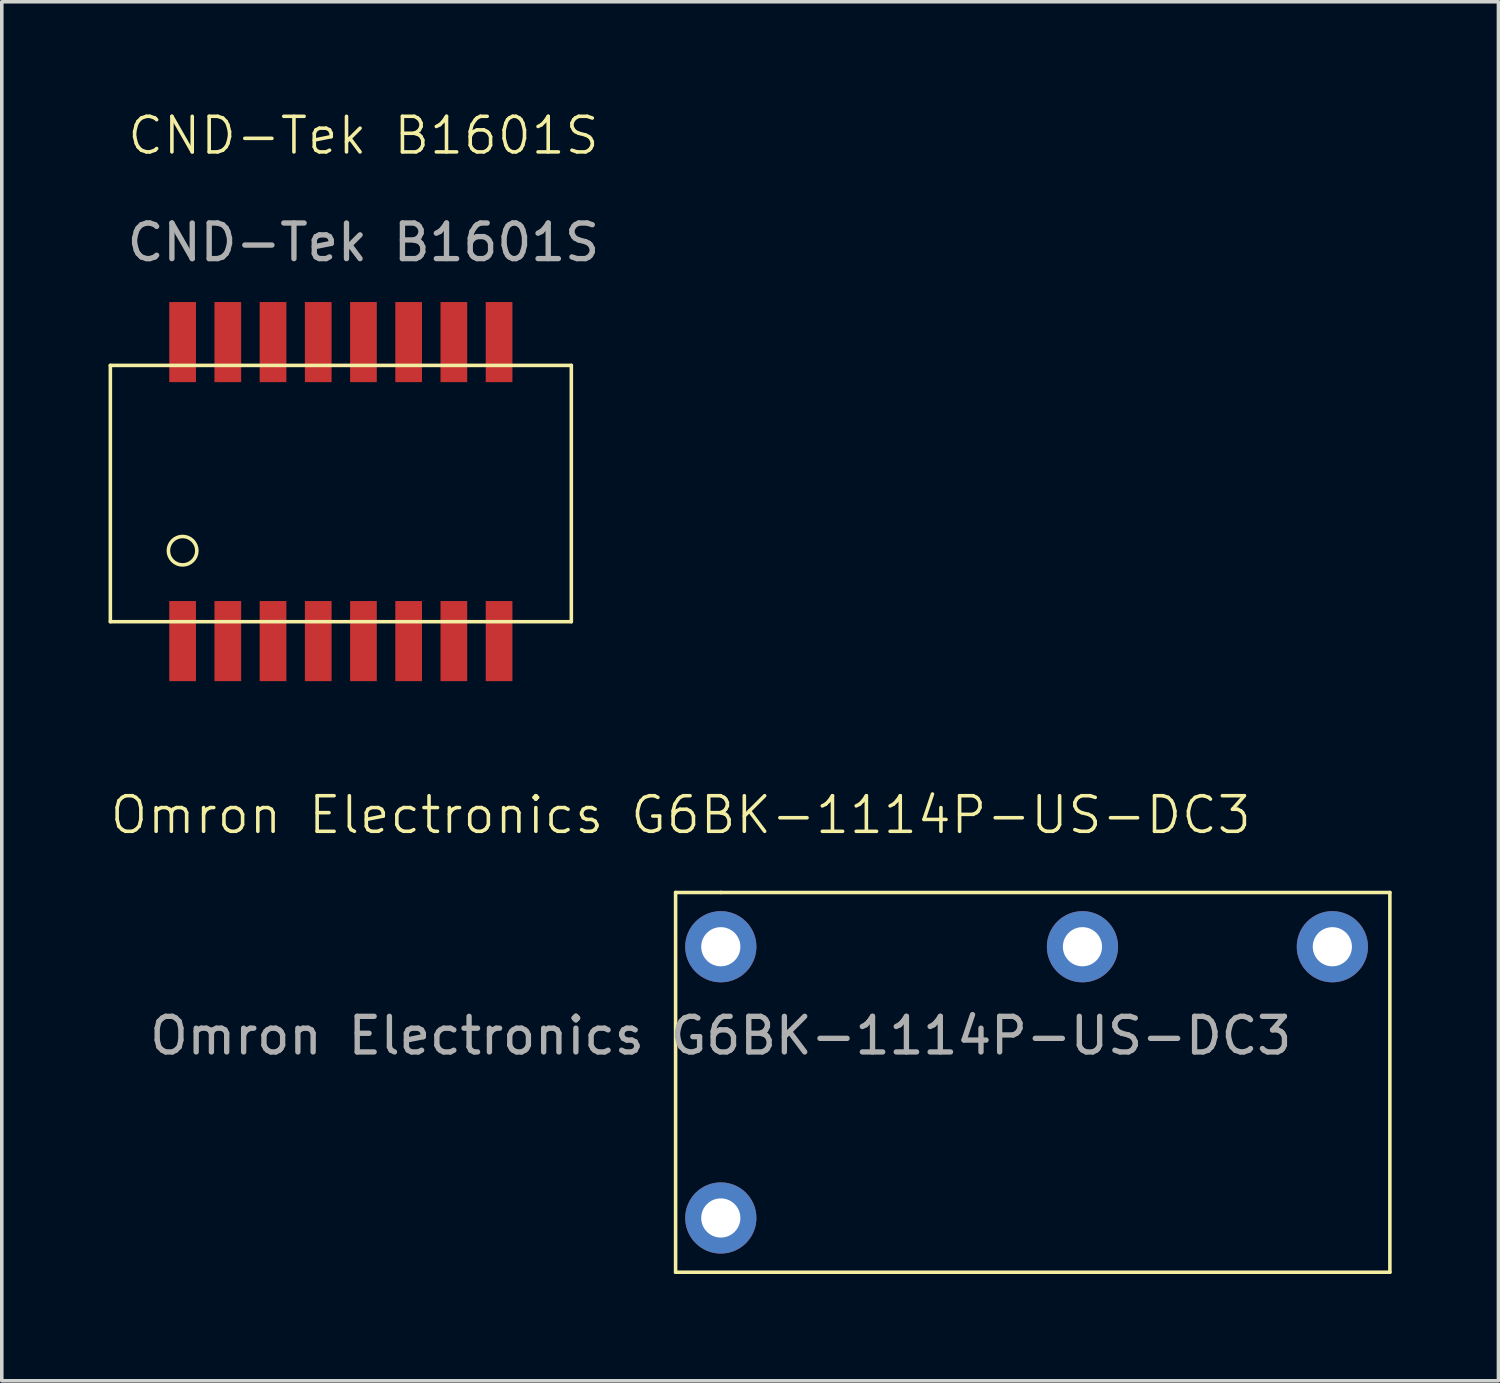
<source format=kicad_pcb>
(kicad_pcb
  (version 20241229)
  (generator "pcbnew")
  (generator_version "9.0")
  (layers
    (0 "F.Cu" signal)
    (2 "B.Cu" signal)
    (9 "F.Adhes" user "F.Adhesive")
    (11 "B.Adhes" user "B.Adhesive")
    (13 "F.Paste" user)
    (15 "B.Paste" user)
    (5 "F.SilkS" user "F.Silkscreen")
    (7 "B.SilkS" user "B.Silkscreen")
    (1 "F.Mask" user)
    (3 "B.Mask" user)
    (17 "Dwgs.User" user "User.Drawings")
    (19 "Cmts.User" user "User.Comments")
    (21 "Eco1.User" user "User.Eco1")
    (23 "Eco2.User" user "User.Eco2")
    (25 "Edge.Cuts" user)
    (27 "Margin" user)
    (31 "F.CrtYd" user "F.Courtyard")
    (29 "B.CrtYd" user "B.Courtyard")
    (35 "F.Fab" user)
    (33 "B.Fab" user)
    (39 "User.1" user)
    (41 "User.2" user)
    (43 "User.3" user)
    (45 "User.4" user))
  (footprint "CND-Tek B1601S"
    (layer "F.Cu")
    (at 10.97 14.96)
    (property "Reference" "CND-Tek B1601S" (at -3.81 -14.2 0) (unlocked yes) (layer "F.SilkS") (effects (font (size 1 1) (thickness 0.1))))
    (attr smd)
    (fp_line (start -10.92 -7.745) (end -10.92 -0.545) (stroke (width 0.1) (type default)) (layer "F.SilkS"))
    (fp_line (start -10.92 -7.745) (end 2.03 -7.745) (stroke (width 0.1) (type default)) (layer "F.SilkS"))
    (fp_line (start -10.92 -0.545) (end 2.03 -0.545) (stroke (width 0.1) (type default)) (layer "F.SilkS"))
    (fp_line (start 2.03 -7.745) (end 2.03 -0.545) (stroke (width 0.1) (type default)) (layer "F.SilkS"))
    (fp_circle (center -8.89 -2.54) (end -8.49 -2.54) (stroke (width 0.1) (type default)) (fill no) (layer "F.SilkS"))
    (fp_text user "${REFERENCE}" (at -3.81 -11.2 0) (unlocked yes) (layer "F.Fab") (effects (font (size 1 1) (thickness 0.15))))
    (pad "1" smd rect (at -8.89 0) (size 0.75 2.25) (layers "F.Cu" "F.Mask" "F.Paste"))
    (pad "2" smd rect (at -7.62 0) (size 0.75 2.25) (layers "F.Cu" "F.Mask" "F.Paste"))
    (pad "3" smd rect (at -6.35 0) (size 0.75 2.25) (layers "F.Cu" "F.Mask" "F.Paste"))
    (pad "4" smd rect (at -5.08 0) (size 0.75 2.25) (layers "F.Cu" "F.Mask" "F.Paste"))
    (pad "5" smd rect (at -3.81 0) (size 0.75 2.25) (layers "F.Cu" "F.Mask" "F.Paste"))
    (pad "6" smd rect (at -2.54 0) (size 0.75 2.25) (layers "F.Cu" "F.Mask" "F.Paste"))
    (pad "7" smd rect (at -1.27 0) (size 0.75 2.25) (layers "F.Cu" "F.Mask" "F.Paste"))
    (pad "8" smd rect (at 0 0) (size 0.75 2.25) (layers "F.Cu" "F.Mask" "F.Paste"))
    (pad "9" smd rect (at 0 -8.4) (size 0.75 2.25) (layers "F.Cu" "F.Mask" "F.Paste"))
    (pad "10" smd rect (at -1.27 -8.4) (size 0.75 2.25) (layers "F.Cu" "F.Mask" "F.Paste"))
    (pad "11" smd rect (at -2.54 -8.4) (size 0.75 2.25) (layers "F.Cu" "F.Mask" "F.Paste"))
    (pad "12" smd rect (at -3.81 -8.4) (size 0.75 2.25) (layers "F.Cu" "F.Mask" "F.Paste"))
    (pad "13" smd rect (at -5.08 -8.4) (size 0.75 2.25) (layers "F.Cu" "F.Mask" "F.Paste"))
    (pad "14" smd rect (at -6.35 -8.4) (size 0.75 2.25) (layers "F.Cu" "F.Mask" "F.Paste"))
    (pad "15" smd rect (at -7.62 -8.4) (size 0.75 2.25) (layers "F.Cu" "F.Mask" "F.Paste"))
    (pad "16" smd rect (at -8.89 -8.4) (size 0.75 2.25) (layers "F.Cu" "F.Mask" "F.Paste")))
  (footprint "Omron Electronics G6BK-1114P-US-DC3"
    (layer "F.Cu")
    (at 17.199 23.546)
    (property "Reference" "Omron Electronics G6BK-1114P-US-DC3" (at -1.125 -3.7 0) (unlocked yes) (layer "F.SilkS") (effects (font (size 1 1) (thickness 0.1))))
    (attr through_hole)
    (fp_line (start -1.27 -1.524) (end 0 -1.524) (stroke (width 0.1) (type default)) (layer "F.SilkS"))
    (fp_line (start -1.27 9.144) (end -1.27 -1.524) (stroke (width 0.1) (type default)) (layer "F.SilkS"))
    (fp_line (start 0 -1.524) (end 18.796 -1.524) (stroke (width 0.1) (type default)) (layer "F.SilkS"))
    (fp_line (start 18.796 -1.524) (end 18.796 9.144) (stroke (width 0.1) (type default)) (layer "F.SilkS"))
    (fp_line (start 18.796 9.144) (end -1.27 9.144) (stroke (width 0.1) (type default)) (layer "F.SilkS"))
    (fp_text user "${REFERENCE}" (at 0 2.5 0) (unlocked yes) (layer "F.Fab") (effects (font (size 1 1) (thickness 0.15))))
    (pad "1" thru_hole circle (at 0 0) (size 2 2) (drill 1.1) (layers "*.Cu" "*.Mask"))
    (pad "3" thru_hole circle (at 10.16 0) (size 2 2) (drill 1.1) (layers "*.Cu" "*.Mask"))
    (pad "4" thru_hole circle (at 17.18 0) (size 2 2) (drill 1.1) (layers "*.Cu" "*.Mask"))
    (pad "6" thru_hole circle (at 0 7.62) (size 2 2) (drill 1.1) (layers "*.Cu" "*.Mask")))
  (gr_rect
    (start -3 -3)
    (end 39.045 35.74)
    (stroke (width 0.1) (type default))
    (fill no)
    (layer "Edge.Cuts")))
</source>
